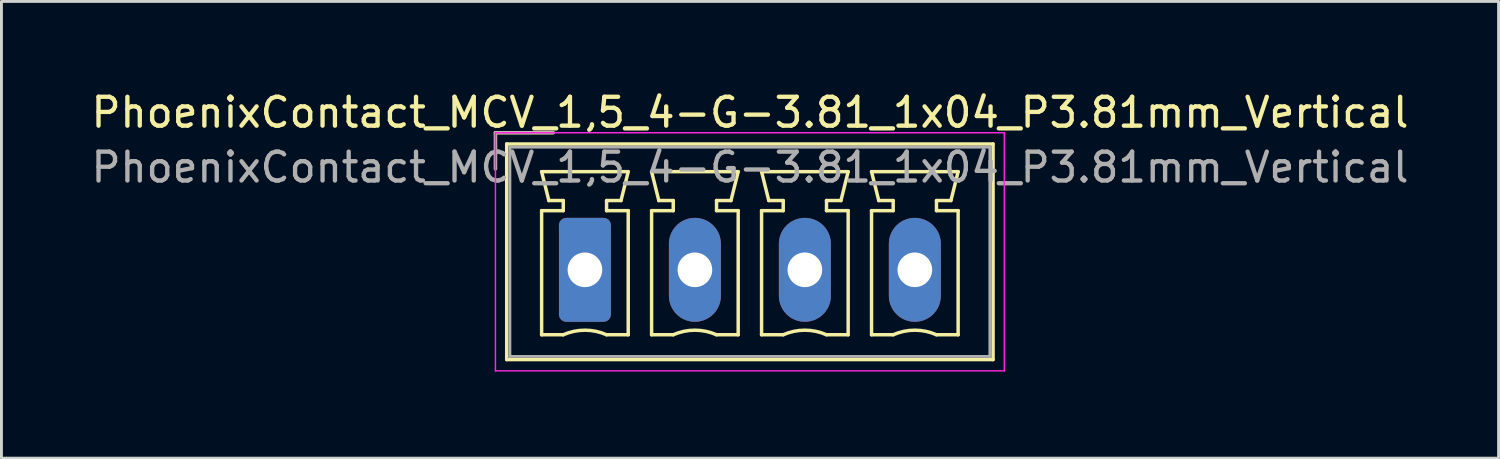
<source format=kicad_pcb>
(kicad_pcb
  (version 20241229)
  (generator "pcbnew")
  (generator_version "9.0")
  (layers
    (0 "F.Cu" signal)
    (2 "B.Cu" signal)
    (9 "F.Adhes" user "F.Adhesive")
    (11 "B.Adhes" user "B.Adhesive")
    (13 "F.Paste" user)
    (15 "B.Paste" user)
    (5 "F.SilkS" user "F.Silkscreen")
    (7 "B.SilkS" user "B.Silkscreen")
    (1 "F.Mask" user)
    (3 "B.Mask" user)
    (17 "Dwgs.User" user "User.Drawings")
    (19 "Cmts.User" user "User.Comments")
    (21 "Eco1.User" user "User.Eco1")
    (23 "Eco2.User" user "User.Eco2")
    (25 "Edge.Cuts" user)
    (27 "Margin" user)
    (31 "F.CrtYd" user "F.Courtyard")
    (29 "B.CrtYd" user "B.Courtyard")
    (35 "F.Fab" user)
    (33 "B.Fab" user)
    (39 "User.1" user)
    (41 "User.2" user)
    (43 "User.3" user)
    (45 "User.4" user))
  (footprint "PhoenixContact_MCV_1,5_4-G-3.81_1x04_P3.81mm_Vertical"
    (layer "F.Cu")
    (at 17.215 6.298)
    (property "Reference" "PhoenixContact_MCV_1,5_4-G-3.81_1x04_P3.81mm_Vertical" (at 5.72 -5.45 0) (layer "F.SilkS") (effects (font (size 1 1) (thickness 0.15))))
    (attr through_hole)
    (fp_line (start -3.1 -4.75) (end -1.1 -4.75) (stroke (width 0.12) (type solid)) (layer "F.SilkS"))
    (fp_line (start -3.1 -3.5) (end -3.1 -4.75) (stroke (width 0.12) (type solid)) (layer "F.SilkS"))
    (fp_line (start -2.71 -4.36) (end -2.71 3.11) (stroke (width 0.12) (type solid)) (layer "F.SilkS"))
    (fp_line (start -2.71 3.11) (end 14.14 3.11) (stroke (width 0.12) (type solid)) (layer "F.SilkS"))
    (fp_line (start -1.5 -3.4) (end 1.5 -3.4) (stroke (width 0.12) (type solid)) (layer "F.SilkS"))
    (fp_line (start -1.5 -2.05) (end -0.75 -2.05) (stroke (width 0.12) (type solid)) (layer "F.SilkS"))
    (fp_line (start -1.5 2.25) (end -1.5 -2.05) (stroke (width 0.12) (type solid)) (layer "F.SilkS"))
    (fp_line (start -1.25 -2.4) (end -1.5 -3.4) (stroke (width 0.12) (type solid)) (layer "F.SilkS"))
    (fp_line (start -0.75 -2.4) (end -1.25 -2.4) (stroke (width 0.12) (type solid)) (layer "F.SilkS"))
    (fp_line (start -0.75 -2.05) (end -0.75 -2.4) (stroke (width 0.12) (type solid)) (layer "F.SilkS"))
    (fp_line (start -0.75 2.25) (end -1.5 2.25) (stroke (width 0.12) (type solid)) (layer "F.SilkS"))
    (fp_line (start 0.75 -2.4) (end 0.75 -2.05) (stroke (width 0.12) (type solid)) (layer "F.SilkS"))
    (fp_line (start 0.75 -2.05) (end 1.5 -2.05) (stroke (width 0.12) (type solid)) (layer "F.SilkS"))
    (fp_line (start 1.25 -2.4) (end 0.75 -2.4) (stroke (width 0.12) (type solid)) (layer "F.SilkS"))
    (fp_line (start 1.5 -3.4) (end 1.25 -2.4) (stroke (width 0.12) (type solid)) (layer "F.SilkS"))
    (fp_line (start 1.5 -2.05) (end 1.5 2.25) (stroke (width 0.12) (type solid)) (layer "F.SilkS"))
    (fp_line (start 1.5 2.25) (end 0.75 2.25) (stroke (width 0.12) (type solid)) (layer "F.SilkS"))
    (fp_line (start 2.31 -3.4) (end 5.31 -3.4) (stroke (width 0.12) (type solid)) (layer "F.SilkS"))
    (fp_line (start 2.31 -2.05) (end 3.06 -2.05) (stroke (width 0.12) (type solid)) (layer "F.SilkS"))
    (fp_line (start 2.31 2.25) (end 2.31 -2.05) (stroke (width 0.12) (type solid)) (layer "F.SilkS"))
    (fp_line (start 2.56 -2.4) (end 2.31 -3.4) (stroke (width 0.12) (type solid)) (layer "F.SilkS"))
    (fp_line (start 3.06 -2.4) (end 2.56 -2.4) (stroke (width 0.12) (type solid)) (layer "F.SilkS"))
    (fp_line (start 3.06 -2.05) (end 3.06 -2.4) (stroke (width 0.12) (type solid)) (layer "F.SilkS"))
    (fp_line (start 3.06 2.25) (end 2.31 2.25) (stroke (width 0.12) (type solid)) (layer "F.SilkS"))
    (fp_line (start 4.56 -2.4) (end 4.56 -2.05) (stroke (width 0.12) (type solid)) (layer "F.SilkS"))
    (fp_line (start 4.56 -2.05) (end 5.31 -2.05) (stroke (width 0.12) (type solid)) (layer "F.SilkS"))
    (fp_line (start 5.06 -2.4) (end 4.56 -2.4) (stroke (width 0.12) (type solid)) (layer "F.SilkS"))
    (fp_line (start 5.31 -3.4) (end 5.06 -2.4) (stroke (width 0.12) (type solid)) (layer "F.SilkS"))
    (fp_line (start 5.31 -2.05) (end 5.31 2.25) (stroke (width 0.12) (type solid)) (layer "F.SilkS"))
    (fp_line (start 5.31 2.25) (end 4.56 2.25) (stroke (width 0.12) (type solid)) (layer "F.SilkS"))
    (fp_line (start 6.12 -3.4) (end 9.12 -3.4) (stroke (width 0.12) (type solid)) (layer "F.SilkS"))
    (fp_line (start 6.12 -2.05) (end 6.87 -2.05) (stroke (width 0.12) (type solid)) (layer "F.SilkS"))
    (fp_line (start 6.12 2.25) (end 6.12 -2.05) (stroke (width 0.12) (type solid)) (layer "F.SilkS"))
    (fp_line (start 6.37 -2.4) (end 6.12 -3.4) (stroke (width 0.12) (type solid)) (layer "F.SilkS"))
    (fp_line (start 6.87 -2.4) (end 6.37 -2.4) (stroke (width 0.12) (type solid)) (layer "F.SilkS"))
    (fp_line (start 6.87 -2.05) (end 6.87 -2.4) (stroke (width 0.12) (type solid)) (layer "F.SilkS"))
    (fp_line (start 6.87 2.25) (end 6.12 2.25) (stroke (width 0.12) (type solid)) (layer "F.SilkS"))
    (fp_line (start 8.37 -2.4) (end 8.37 -2.05) (stroke (width 0.12) (type solid)) (layer "F.SilkS"))
    (fp_line (start 8.37 -2.05) (end 9.12 -2.05) (stroke (width 0.12) (type solid)) (layer "F.SilkS"))
    (fp_line (start 8.87 -2.4) (end 8.37 -2.4) (stroke (width 0.12) (type solid)) (layer "F.SilkS"))
    (fp_line (start 9.12 -3.4) (end 8.87 -2.4) (stroke (width 0.12) (type solid)) (layer "F.SilkS"))
    (fp_line (start 9.12 -2.05) (end 9.12 2.25) (stroke (width 0.12) (type solid)) (layer "F.SilkS"))
    (fp_line (start 9.12 2.25) (end 8.37 2.25) (stroke (width 0.12) (type solid)) (layer "F.SilkS"))
    (fp_line (start 9.93 -3.4) (end 12.93 -3.4) (stroke (width 0.12) (type solid)) (layer "F.SilkS"))
    (fp_line (start 9.93 -2.05) (end 10.68 -2.05) (stroke (width 0.12) (type solid)) (layer "F.SilkS"))
    (fp_line (start 9.93 2.25) (end 9.93 -2.05) (stroke (width 0.12) (type solid)) (layer "F.SilkS"))
    (fp_line (start 10.18 -2.4) (end 9.93 -3.4) (stroke (width 0.12) (type solid)) (layer "F.SilkS"))
    (fp_line (start 10.68 -2.4) (end 10.18 -2.4) (stroke (width 0.12) (type solid)) (layer "F.SilkS"))
    (fp_line (start 10.68 -2.05) (end 10.68 -2.4) (stroke (width 0.12) (type solid)) (layer "F.SilkS"))
    (fp_line (start 10.68 2.25) (end 9.93 2.25) (stroke (width 0.12) (type solid)) (layer "F.SilkS"))
    (fp_line (start 12.18 -2.4) (end 12.18 -2.05) (stroke (width 0.12) (type solid)) (layer "F.SilkS"))
    (fp_line (start 12.18 -2.05) (end 12.93 -2.05) (stroke (width 0.12) (type solid)) (layer "F.SilkS"))
    (fp_line (start 12.68 -2.4) (end 12.18 -2.4) (stroke (width 0.12) (type solid)) (layer "F.SilkS"))
    (fp_line (start 12.93 -3.4) (end 12.68 -2.4) (stroke (width 0.12) (type solid)) (layer "F.SilkS"))
    (fp_line (start 12.93 -2.05) (end 12.93 2.25) (stroke (width 0.12) (type solid)) (layer "F.SilkS"))
    (fp_line (start 12.93 2.25) (end 12.18 2.25) (stroke (width 0.12) (type solid)) (layer "F.SilkS"))
    (fp_line (start 14.14 -4.36) (end -2.71 -4.36) (stroke (width 0.12) (type solid)) (layer "F.SilkS"))
    (fp_line (start 14.14 3.11) (end 14.14 -4.36) (stroke (width 0.12) (type solid)) (layer "F.SilkS"))
    (fp_arc (start -0.75 2.25) (mid -0.000193 2.09191) (end 0.749647 2.249844) (stroke (width 0.12) (type solid)) (layer "F.SilkS"))
    (fp_arc (start 3.06 2.25) (mid 3.809807 2.09191) (end 4.559647 2.249844) (stroke (width 0.12) (type solid)) (layer "F.SilkS"))
    (fp_arc (start 6.87 2.25) (mid 7.619807 2.09191) (end 8.369647 2.249844) (stroke (width 0.12) (type solid)) (layer "F.SilkS"))
    (fp_arc (start 10.68 2.25) (mid 11.429807 2.09191) (end 12.179647 2.249844) (stroke (width 0.12) (type solid)) (layer "F.SilkS"))
    (fp_line (start -3.1 -4.75) (end -3.1 3.5) (stroke (width 0.05) (type solid)) (layer "F.CrtYd"))
    (fp_line (start -3.1 3.5) (end 14.53 3.5) (stroke (width 0.05) (type solid)) (layer "F.CrtYd"))
    (fp_line (start 14.53 -4.75) (end -3.1 -4.75) (stroke (width 0.05) (type solid)) (layer "F.CrtYd"))
    (fp_line (start 14.53 3.5) (end 14.53 -4.75) (stroke (width 0.05) (type solid)) (layer "F.CrtYd"))
    (fp_line (start -3.1 -4.75) (end -1.1 -4.75) (stroke (width 0.1) (type solid)) (layer "F.Fab"))
    (fp_line (start -3.1 -3.5) (end -3.1 -4.75) (stroke (width 0.1) (type solid)) (layer "F.Fab"))
    (fp_line (start -2.6 -4.25) (end -2.6 3) (stroke (width 0.1) (type solid)) (layer "F.Fab"))
    (fp_line (start -2.6 3) (end 14.03 3) (stroke (width 0.1) (type solid)) (layer "F.Fab"))
    (fp_line (start 14.03 -4.25) (end -2.6 -4.25) (stroke (width 0.1) (type solid)) (layer "F.Fab"))
    (fp_line (start 14.03 3) (end 14.03 -4.25) (stroke (width 0.1) (type solid)) (layer "F.Fab"))
    (fp_text user "${REFERENCE}" (at 5.72 -3.55 0) (layer "F.Fab") (effects (font (size 1 1) (thickness 0.15))))
    (pad "1" thru_hole roundrect (at 0 0) (size 1.8 3.6) (drill 1.2) (layers "*.Cu" "*.Mask") (roundrect_rratio 0.139))
    (pad "2" thru_hole oval (at 3.81 0) (size 1.8 3.6) (drill 1.2) (layers "*.Cu" "*.Mask"))
    (pad "3" thru_hole oval (at 7.62 0) (size 1.8 3.6) (drill 1.2) (layers "*.Cu" "*.Mask"))
    (pad "4" thru_hole oval (at 11.43 0) (size 1.8 3.6) (drill 1.2) (layers "*.Cu" "*.Mask")))
  (gr_rect
    (start -3 -3)
    (end 48.869 12.823)
    (stroke (width 0.1) (type default))
    (fill no)
    (layer "Edge.Cuts")))
</source>
